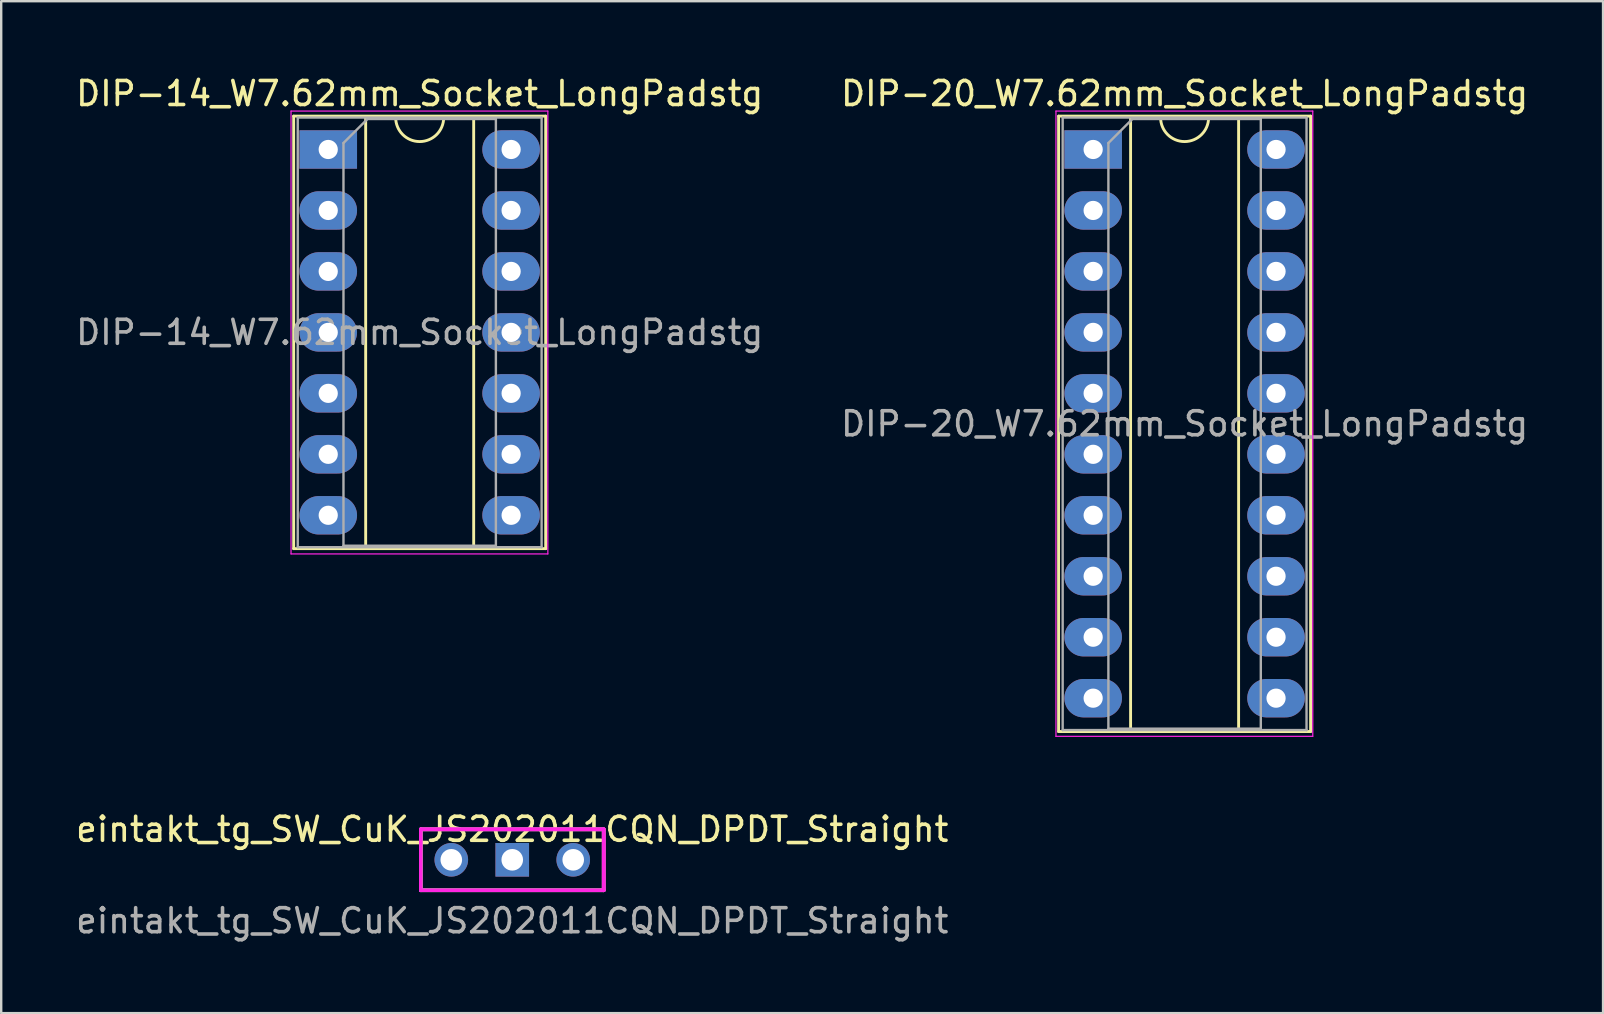
<source format=kicad_pcb>
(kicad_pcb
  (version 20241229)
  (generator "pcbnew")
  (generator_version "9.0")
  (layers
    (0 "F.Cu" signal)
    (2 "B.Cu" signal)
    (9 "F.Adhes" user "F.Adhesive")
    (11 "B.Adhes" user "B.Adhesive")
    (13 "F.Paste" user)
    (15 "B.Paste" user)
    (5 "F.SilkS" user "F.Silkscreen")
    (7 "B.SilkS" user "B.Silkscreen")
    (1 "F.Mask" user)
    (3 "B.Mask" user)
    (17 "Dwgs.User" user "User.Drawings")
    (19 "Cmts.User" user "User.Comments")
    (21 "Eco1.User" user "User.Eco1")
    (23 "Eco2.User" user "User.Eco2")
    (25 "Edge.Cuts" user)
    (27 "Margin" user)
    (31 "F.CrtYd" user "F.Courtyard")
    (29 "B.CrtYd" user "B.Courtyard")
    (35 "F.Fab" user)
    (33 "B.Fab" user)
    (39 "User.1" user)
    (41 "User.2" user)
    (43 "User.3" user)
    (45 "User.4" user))
  (footprint "DIP-20_W7.62mm_Socket_LongPadstg"
    (layer "F.Cu")
    (at 42.494 3.178)
    (property "Reference" "DIP-20_W7.62mm_Socket_LongPadstg" (at 3.81 -2.33 0) (layer "F.SilkS") (effects (font (size 1 1) (thickness 0.15))))
    (attr through_hole)
    (fp_line (start -1.44 -1.39) (end -1.44 24.25) (stroke (width 0.12) (type solid)) (layer "F.SilkS"))
    (fp_line (start -1.44 24.25) (end 9.06 24.25) (stroke (width 0.12) (type solid)) (layer "F.SilkS"))
    (fp_line (start 1.56 -1.33) (end 1.56 24.19) (stroke (width 0.12) (type solid)) (layer "F.SilkS"))
    (fp_line (start 1.56 24.19) (end 6.06 24.19) (stroke (width 0.12) (type solid)) (layer "F.SilkS"))
    (fp_line (start 2.81 -1.33) (end 1.56 -1.33) (stroke (width 0.12) (type solid)) (layer "F.SilkS"))
    (fp_line (start 6.06 -1.33) (end 4.81 -1.33) (stroke (width 0.12) (type solid)) (layer "F.SilkS"))
    (fp_line (start 6.06 24.19) (end 6.06 -1.33) (stroke (width 0.12) (type solid)) (layer "F.SilkS"))
    (fp_line (start 9.06 -1.39) (end -1.44 -1.39) (stroke (width 0.12) (type solid)) (layer "F.SilkS"))
    (fp_line (start 9.06 24.25) (end 9.06 -1.39) (stroke (width 0.12) (type solid)) (layer "F.SilkS"))
    (fp_arc (start 4.81 -1.33) (mid 3.81 -0.33) (end 2.81 -1.33) (stroke (width 0.12) (type solid)) (layer "F.SilkS"))
    (fp_line (start -1.55 -1.6) (end -1.55 24.45) (stroke (width 0.05) (type solid)) (layer "F.CrtYd"))
    (fp_line (start -1.55 24.45) (end 9.15 24.45) (stroke (width 0.05) (type solid)) (layer "F.CrtYd"))
    (fp_line (start 9.15 -1.6) (end -1.55 -1.6) (stroke (width 0.05) (type solid)) (layer "F.CrtYd"))
    (fp_line (start 9.15 24.45) (end 9.15 -1.6) (stroke (width 0.05) (type solid)) (layer "F.CrtYd"))
    (fp_line (start -1.27 -1.33) (end -1.27 24.19) (stroke (width 0.1) (type solid)) (layer "F.Fab"))
    (fp_line (start -1.27 24.19) (end 8.89 24.19) (stroke (width 0.1) (type solid)) (layer "F.Fab"))
    (fp_line (start 0.635 -0.27) (end 1.635 -1.27) (stroke (width 0.1) (type solid)) (layer "F.Fab"))
    (fp_line (start 0.635 24.13) (end 0.635 -0.27) (stroke (width 0.1) (type solid)) (layer "F.Fab"))
    (fp_line (start 1.635 -1.27) (end 6.985 -1.27) (stroke (width 0.1) (type solid)) (layer "F.Fab"))
    (fp_line (start 6.985 -1.27) (end 6.985 24.13) (stroke (width 0.1) (type solid)) (layer "F.Fab"))
    (fp_line (start 6.985 24.13) (end 0.635 24.13) (stroke (width 0.1) (type solid)) (layer "F.Fab"))
    (fp_line (start 8.89 -1.33) (end -1.27 -1.33) (stroke (width 0.1) (type solid)) (layer "F.Fab"))
    (fp_line (start 8.89 24.19) (end 8.89 -1.33) (stroke (width 0.1) (type solid)) (layer "F.Fab"))
    (fp_text user "${REFERENCE}" (at 3.81 11.43 0) (layer "F.Fab") (effects (font (size 1 1) (thickness 0.15))))
    (pad "1" thru_hole rect (at 0 0) (size 2.4 1.6) (drill 0.8) (layers "*.Cu" "*.Mask"))
    (pad "2" thru_hole oval (at 0 2.54) (size 2.4 1.6) (drill 0.8) (layers "*.Cu" "*.Mask"))
    (pad "3" thru_hole oval (at 0 5.08) (size 2.4 1.6) (drill 0.8) (layers "*.Cu" "*.Mask"))
    (pad "4" thru_hole oval (at 0 7.62) (size 2.4 1.6) (drill 0.8) (layers "*.Cu" "*.Mask"))
    (pad "5" thru_hole oval (at 0 10.16) (size 2.4 1.6) (drill 0.8) (layers "*.Cu" "*.Mask"))
    (pad "6" thru_hole oval (at 0 12.7) (size 2.4 1.6) (drill 0.8) (layers "*.Cu" "*.Mask"))
    (pad "7" thru_hole oval (at 0 15.24) (size 2.4 1.6) (drill 0.8) (layers "*.Cu" "*.Mask"))
    (pad "8" thru_hole oval (at 0 17.78) (size 2.4 1.6) (drill 0.8) (layers "*.Cu" "*.Mask"))
    (pad "9" thru_hole oval (at 0 20.32) (size 2.4 1.6) (drill 0.8) (layers "*.Cu" "*.Mask"))
    (pad "10" thru_hole oval (at 0 22.86) (size 2.4 1.6) (drill 0.8) (layers "*.Cu" "*.Mask"))
    (pad "11" thru_hole oval (at 7.62 22.86) (size 2.4 1.6) (drill 0.8) (layers "*.Cu" "*.Mask"))
    (pad "12" thru_hole oval (at 7.62 20.32) (size 2.4 1.6) (drill 0.8) (layers "*.Cu" "*.Mask"))
    (pad "13" thru_hole oval (at 7.62 17.78) (size 2.4 1.6) (drill 0.8) (layers "*.Cu" "*.Mask"))
    (pad "14" thru_hole oval (at 7.62 15.24) (size 2.4 1.6) (drill 0.8) (layers "*.Cu" "*.Mask"))
    (pad "15" thru_hole oval (at 7.62 12.7) (size 2.4 1.6) (drill 0.8) (layers "*.Cu" "*.Mask"))
    (pad "16" thru_hole oval (at 7.62 10.16) (size 2.4 1.6) (drill 0.8) (layers "*.Cu" "*.Mask"))
    (pad "17" thru_hole oval (at 7.62 7.62) (size 2.4 1.6) (drill 0.8) (layers "*.Cu" "*.Mask"))
    (pad "18" thru_hole oval (at 7.62 5.08) (size 2.4 1.6) (drill 0.8) (layers "*.Cu" "*.Mask"))
    (pad "19" thru_hole oval (at 7.62 2.54) (size 2.4 1.6) (drill 0.8) (layers "*.Cu" "*.Mask"))
    (pad "20" thru_hole oval (at 7.62 0) (size 2.4 1.6) (drill 0.8) (layers "*.Cu" "*.Mask")))
  (footprint "DIP-14_W7.62mm_Socket_LongPadstg"
    (layer "F.Cu")
    (at 10.625 3.178)
    (property "Reference" "DIP-14_W7.62mm_Socket_LongPadstg" (at 3.81 -2.33 0) (layer "F.SilkS") (effects (font (size 1 1) (thickness 0.15))))
    (attr through_hole)
    (fp_line (start -1.44 -1.39) (end -1.44 16.63) (stroke (width 0.12) (type solid)) (layer "F.SilkS"))
    (fp_line (start -1.44 16.63) (end 9.06 16.63) (stroke (width 0.12) (type solid)) (layer "F.SilkS"))
    (fp_line (start 1.56 -1.33) (end 1.56 16.57) (stroke (width 0.12) (type solid)) (layer "F.SilkS"))
    (fp_line (start 1.56 16.57) (end 6.06 16.57) (stroke (width 0.12) (type solid)) (layer "F.SilkS"))
    (fp_line (start 2.81 -1.33) (end 1.56 -1.33) (stroke (width 0.12) (type solid)) (layer "F.SilkS"))
    (fp_line (start 6.06 -1.33) (end 4.81 -1.33) (stroke (width 0.12) (type solid)) (layer "F.SilkS"))
    (fp_line (start 6.06 16.57) (end 6.06 -1.33) (stroke (width 0.12) (type solid)) (layer "F.SilkS"))
    (fp_line (start 9.06 -1.39) (end -1.44 -1.39) (stroke (width 0.12) (type solid)) (layer "F.SilkS"))
    (fp_line (start 9.06 16.63) (end 9.06 -1.39) (stroke (width 0.12) (type solid)) (layer "F.SilkS"))
    (fp_arc (start 4.81 -1.33) (mid 3.81 -0.33) (end 2.81 -1.33) (stroke (width 0.12) (type solid)) (layer "F.SilkS"))
    (fp_line (start -1.55 -1.6) (end -1.55 16.85) (stroke (width 0.05) (type solid)) (layer "F.CrtYd"))
    (fp_line (start -1.55 16.85) (end 9.15 16.85) (stroke (width 0.05) (type solid)) (layer "F.CrtYd"))
    (fp_line (start 9.15 -1.6) (end -1.55 -1.6) (stroke (width 0.05) (type solid)) (layer "F.CrtYd"))
    (fp_line (start 9.15 16.85) (end 9.15 -1.6) (stroke (width 0.05) (type solid)) (layer "F.CrtYd"))
    (fp_line (start -1.27 -1.33) (end -1.27 16.57) (stroke (width 0.1) (type solid)) (layer "F.Fab"))
    (fp_line (start -1.27 16.57) (end 8.89 16.57) (stroke (width 0.1) (type solid)) (layer "F.Fab"))
    (fp_line (start 0.635 -0.27) (end 1.635 -1.27) (stroke (width 0.1) (type solid)) (layer "F.Fab"))
    (fp_line (start 0.635 16.51) (end 0.635 -0.27) (stroke (width 0.1) (type solid)) (layer "F.Fab"))
    (fp_line (start 1.635 -1.27) (end 6.985 -1.27) (stroke (width 0.1) (type solid)) (layer "F.Fab"))
    (fp_line (start 6.985 -1.27) (end 6.985 16.51) (stroke (width 0.1) (type solid)) (layer "F.Fab"))
    (fp_line (start 6.985 16.51) (end 0.635 16.51) (stroke (width 0.1) (type solid)) (layer "F.Fab"))
    (fp_line (start 8.89 -1.33) (end -1.27 -1.33) (stroke (width 0.1) (type solid)) (layer "F.Fab"))
    (fp_line (start 8.89 16.57) (end 8.89 -1.33) (stroke (width 0.1) (type solid)) (layer "F.Fab"))
    (fp_text user "${REFERENCE}" (at 3.81 7.62 0) (layer "F.Fab") (effects (font (size 1 1) (thickness 0.15))))
    (pad "1" thru_hole rect (at 0 0) (size 2.4 1.6) (drill 0.8) (layers "*.Cu" "*.Mask"))
    (pad "2" thru_hole oval (at 0 2.54) (size 2.4 1.6) (drill 0.8) (layers "*.Cu" "*.Mask"))
    (pad "3" thru_hole oval (at 0 5.08) (size 2.4 1.6) (drill 0.8) (layers "*.Cu" "*.Mask"))
    (pad "4" thru_hole oval (at 0 7.62) (size 2.4 1.6) (drill 0.8) (layers "*.Cu" "*.Mask"))
    (pad "5" thru_hole oval (at 0 10.16) (size 2.4 1.6) (drill 0.8) (layers "*.Cu" "*.Mask"))
    (pad "6" thru_hole oval (at 0 12.7) (size 2.4 1.6) (drill 0.8) (layers "*.Cu" "*.Mask"))
    (pad "7" thru_hole oval (at 0 15.24) (size 2.4 1.6) (drill 0.8) (layers "*.Cu" "*.Mask"))
    (pad "8" thru_hole oval (at 7.62 15.24) (size 2.4 1.6) (drill 0.8) (layers "*.Cu" "*.Mask"))
    (pad "9" thru_hole oval (at 7.62 12.7) (size 2.4 1.6) (drill 0.8) (layers "*.Cu" "*.Mask"))
    (pad "10" thru_hole oval (at 7.62 10.16) (size 2.4 1.6) (drill 0.8) (layers "*.Cu" "*.Mask"))
    (pad "11" thru_hole oval (at 7.62 7.62) (size 2.4 1.6) (drill 0.8) (layers "*.Cu" "*.Mask"))
    (pad "12" thru_hole oval (at 7.62 5.08) (size 2.4 1.6) (drill 0.8) (layers "*.Cu" "*.Mask"))
    (pad "13" thru_hole oval (at 7.62 2.54) (size 2.4 1.6) (drill 0.8) (layers "*.Cu" "*.Mask"))
    (pad "14" thru_hole oval (at 7.62 0) (size 2.4 1.6) (drill 0.8) (layers "*.Cu" "*.Mask")))
  (footprint "eintakt_tg_SW_CuK_JS202011CQN_DPDT_Straight"
    (layer "F.Cu")
    (at 15.752 32.772)
    (property "Reference" "eintakt_tg_SW_CuK_JS202011CQN_DPDT_Straight" (at 2.54 -1.27 0) (layer "F.SilkS") (effects (font (size 1 1) (thickness 0.15))))
    (attr through_hole)
    (fp_line (start -1.27 -1.27) (end 6.35 -1.27) (stroke (width 0.15) (type solid)) (layer "F.SilkS"))
    (fp_line (start -1.27 1.27) (end -1.27 -1.27) (stroke (width 0.15) (type solid)) (layer "F.SilkS"))
    (fp_line (start 6.35 -1.27) (end 6.35 1.27) (stroke (width 0.15) (type solid)) (layer "F.SilkS"))
    (fp_line (start 6.35 1.27) (end -1.27 1.27) (stroke (width 0.15) (type solid)) (layer "F.SilkS"))
    (fp_line (start -1.27 -1.27) (end 6.35 -1.27) (stroke (width 0.15) (type solid)) (layer "F.CrtYd"))
    (fp_line (start -1.27 -1.27) (end 6.35 -1.27) (stroke (width 0.15) (type solid)) (layer "F.CrtYd"))
    (fp_line (start -1.27 1.27) (end -1.27 -1.27) (stroke (width 0.15) (type solid)) (layer "F.CrtYd"))
    (fp_line (start 6.35 -1.27) (end 6.35 1.27) (stroke (width 0.15) (type solid)) (layer "F.CrtYd"))
    (fp_line (start 6.35 -1.27) (end 6.35 1.27) (stroke (width 0.15) (type solid)) (layer "F.CrtYd"))
    (fp_line (start 6.35 1.27) (end -1.27 1.27) (stroke (width 0.15) (type solid)) (layer "F.CrtYd"))
    (fp_line (start -1.27 -1.27) (end 6.35 -1.27) (stroke (width 0.15) (type solid)) (layer "F.Fab"))
    (fp_line (start -1.27 1.27) (end -1.27 -1.27) (stroke (width 0.15) (type solid)) (layer "F.Fab"))
    (fp_line (start 6.35 -1.27) (end 6.35 1.27) (stroke (width 0.15) (type solid)) (layer "F.Fab"))
    (fp_line (start 6.35 1.27) (end -1.27 1.27) (stroke (width 0.15) (type solid)) (layer "F.Fab"))
    (fp_text user "${REFERENCE}" (at 2.54 2.54 0) (layer "F.Fab") (effects (font (size 1 1) (thickness 0.15))))
    (pad "1" thru_hole rect (at 2.54 0) (size 1.4 1.4) (drill 0.9) (layers "*.Cu" "*.Mask"))
    (pad "2" thru_hole circle (at 5.08 0) (size 1.4 1.4) (drill 0.9) (layers "*.Cu" "*.Mask"))
    (pad "3" thru_hole circle (at 0 0) (size 1.4 1.4) (drill 0.9) (layers "*.Cu" "*.Mask")))
  (gr_rect
    (start -3 -3)
    (end 63.738 39.16)
    (stroke (width 0.1) (type default))
    (fill no)
    (layer "Edge.Cuts")))
</source>
